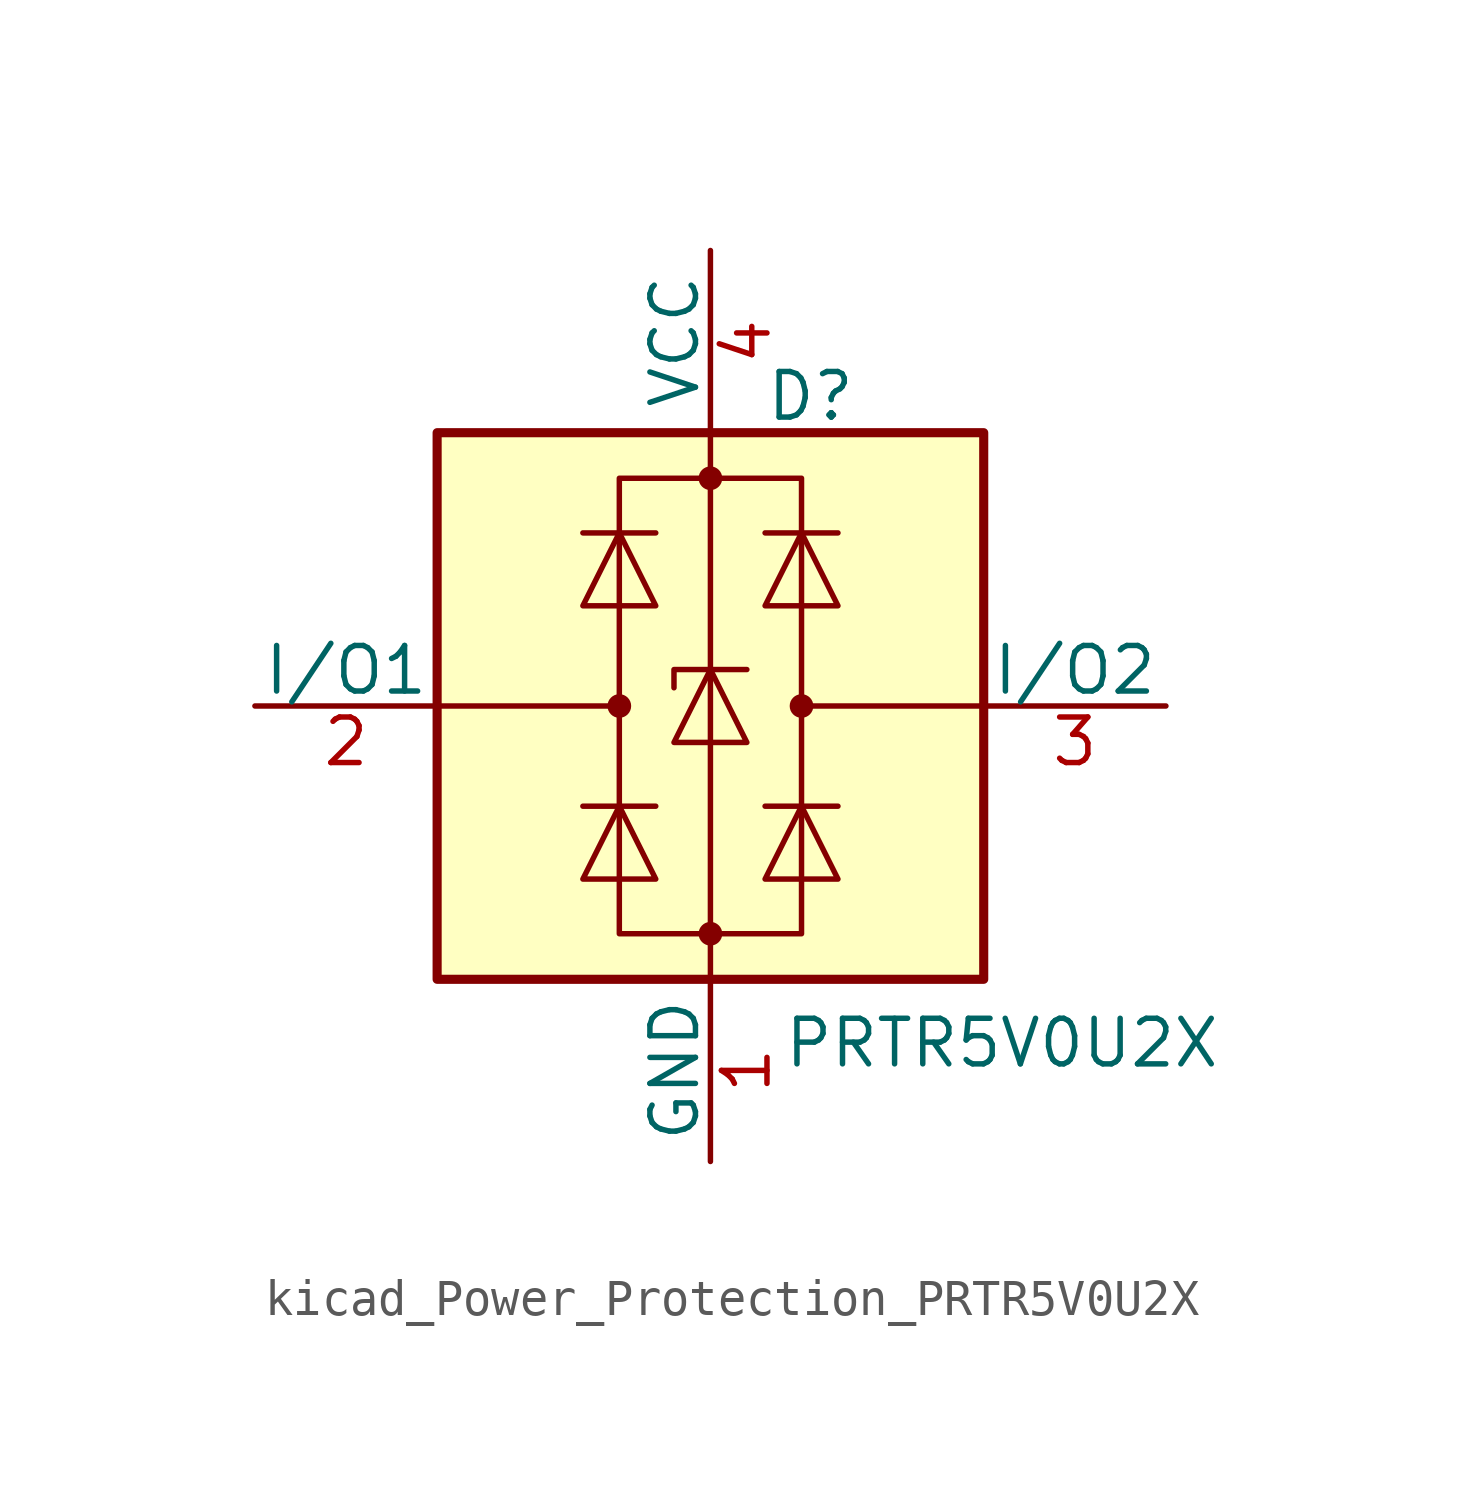
<source format=kicad_sym>
(kicad_symbol_lib
  (version 20220914)
  (generator kicad_symbol_editor)
  (symbol "kicad_Power_Protection_PRTR5V0U2X"
    (pin_names
      (offset 0))
    (property "Reference" "D"
      (at 2.794 8.636 0)
      (effects (font (size 1.27 1.27))))
    (property "Value" "PRTR5V0U2X"
      (at 8.128 -9.398 0)
      (effects (font (size 1.27 1.27))))
    (symbol "kicad_Power_Protection_PRTR5V0U2X_0_1"
      (rectangle (start -7.62 -7.62) (end 7.62 7.62) (stroke (width 0.254) (type default)) (fill (type background)))
      (circle (center -2.54 0) (radius 0.254) (stroke (width 0) (type default)) (fill (type outline)))
      (rectangle (start -2.54 6.35) (end 2.54 -6.35) (stroke (width 0) (type default)) (fill (type none)))
      (circle (center 0 -6.35) (radius 0.254) (stroke (width 0) (type default)) (fill (type outline)))
      (polyline (pts (xy -2.54 0) (xy -7.62 0)) (stroke (width 0) (type default)) (fill (type none)))
      (polyline (pts (xy -1.524 -2.794) (xy -3.556 -2.794)) (stroke (width 0) (type default)) (fill (type none)))
      (polyline (pts (xy -1.524 4.826) (xy -3.556 4.826)) (stroke (width 0) (type default)) (fill (type none)))
      (polyline (pts (xy 0 -7.62) (xy 0 7.62)) (stroke (width 0) (type default)) (fill (type none)))
      (polyline (pts (xy 1.524 -2.794) (xy 3.556 -2.794)) (stroke (width 0) (type default)) (fill (type none)))
      (polyline (pts (xy 1.524 4.826) (xy 3.556 4.826)) (stroke (width 0) (type default)) (fill (type none)))
      (polyline (pts (xy 2.54 0) (xy 7.62 0)) (stroke (width 0) (type default)) (fill (type none)))
      (polyline (pts (xy 1.016 1.016) (xy -1.016 1.016) (xy -1.016 0.508)) (stroke (width 0) (type default)) (fill (type none)))
      (polyline (pts (xy -3.556 -4.826) (xy -1.524 -4.826) (xy -2.54 -2.794) (xy -3.556 -4.826)) (stroke (width 0) (type default)) (fill (type none)))
      (polyline (pts (xy -3.556 2.794) (xy -1.524 2.794) (xy -2.54 4.826) (xy -3.556 2.794)) (stroke (width 0) (type default)) (fill (type none)))
      (polyline (pts (xy -1.016 -1.016) (xy 1.016 -1.016) (xy 0 1.016) (xy -1.016 -1.016)) (stroke (width 0) (type default)) (fill (type none)))
      (polyline (pts (xy 3.556 -4.826) (xy 1.524 -4.826) (xy 2.54 -2.794) (xy 3.556 -4.826)) (stroke (width 0) (type default)) (fill (type none)))
      (polyline (pts (xy 3.556 2.794) (xy 1.524 2.794) (xy 2.54 4.826) (xy 3.556 2.794)) (stroke (width 0) (type default)) (fill (type none)))
      (circle (center 0 6.35) (radius 0.254) (stroke (width 0) (type default)) (fill (type outline)))
      (circle (center 2.54 0) (radius 0.254) (stroke (width 0) (type default)) (fill (type outline))))
    (symbol "kicad_Power_Protection_PRTR5V0U2X_1_1"
      (pin passive line (at 0 -12.7 90) (length 5.08) (name "GND" (effects (font (size 1.27 1.27)))) (number "1" (effects (font (size 1.27 1.27)))))
      (pin passive line (at -12.7 0 0) (length 5.08) (name "I/O1" (effects (font (size 1.27 1.27)))) (number "2" (effects (font (size 1.27 1.27)))))
      (pin passive line (at 12.7 0 180) (length 5.08) (name "I/O2" (effects (font (size 1.27 1.27)))) (number "3" (effects (font (size 1.27 1.27)))))
      (pin passive line (at 0 12.7 270) (length 5.08) (name "VCC" (effects (font (size 1.27 1.27)))) (number "4" (effects (font (size 1.27 1.27))))))))
</source>
